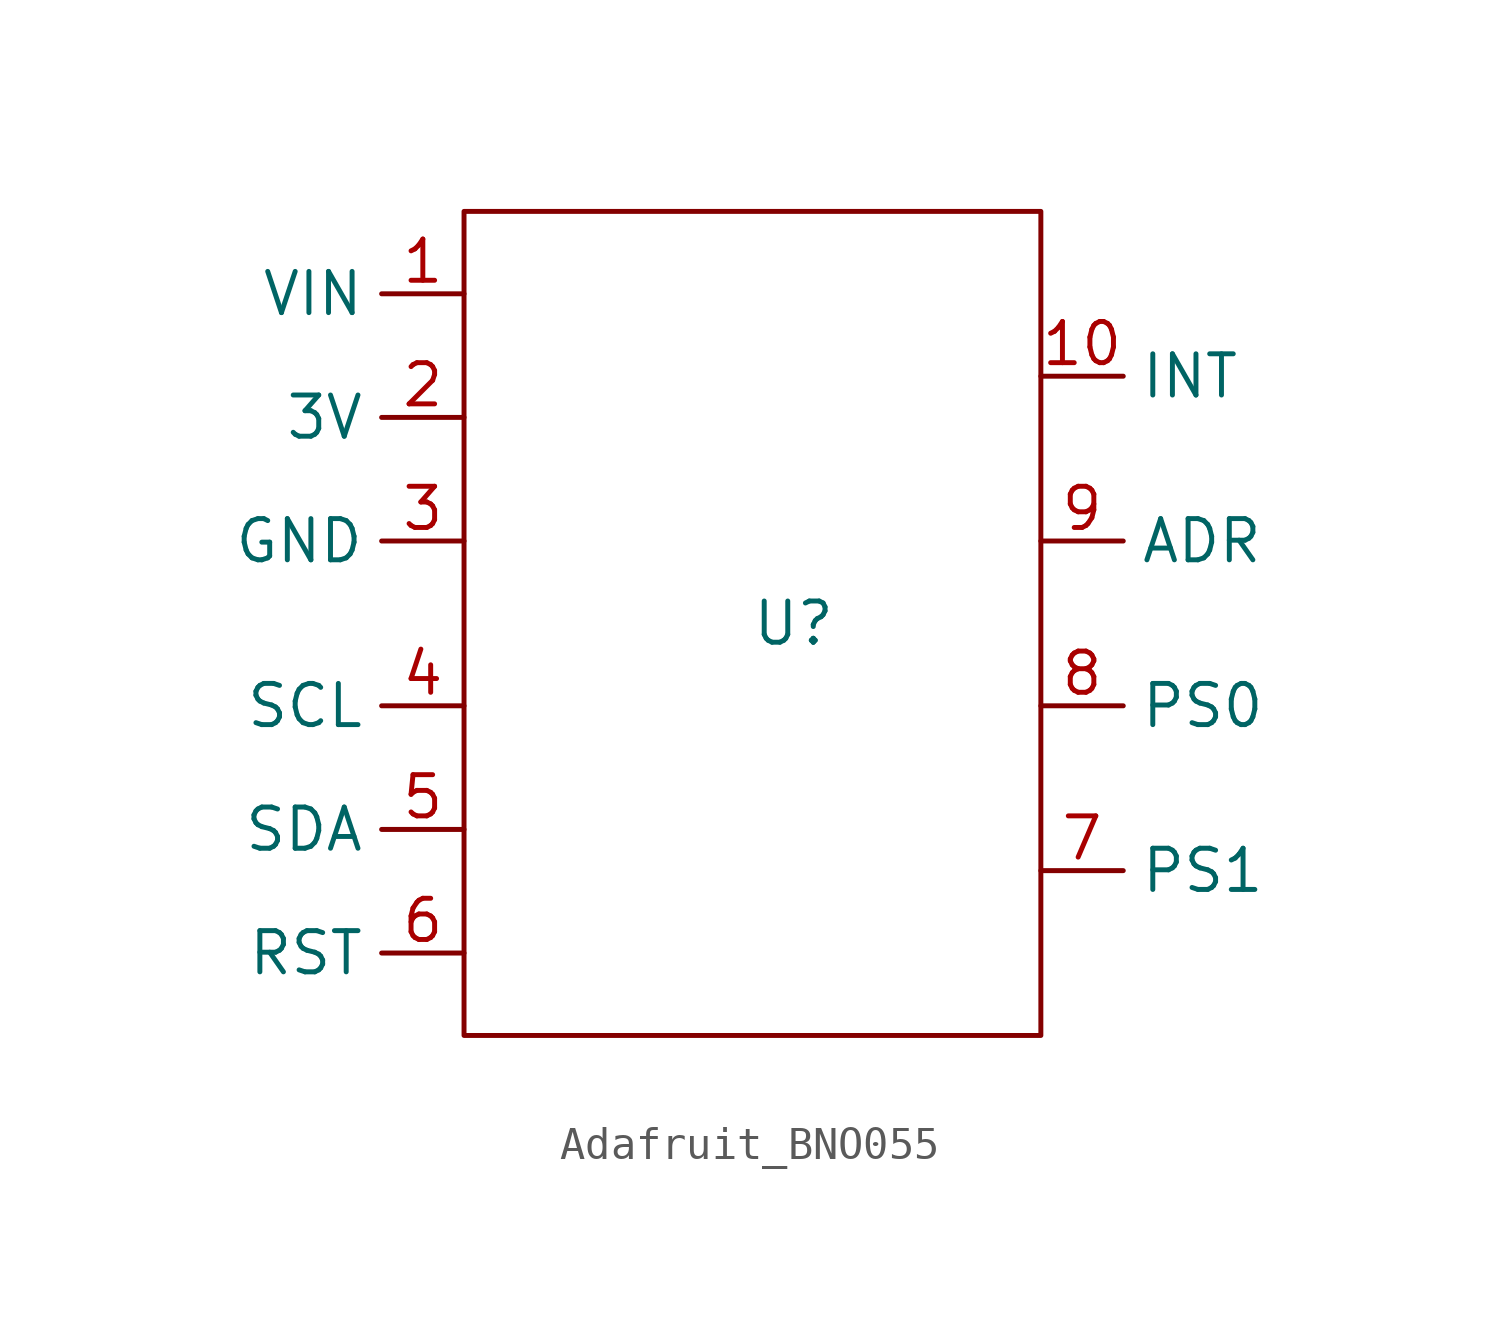
<source format=kicad_sym>
(kicad_symbol_lib
  (version 20231120)
  (generator "kicad_symbol_editor")
  (generator_version "8.0")
  (symbol "Adafruit_BNO055"
    (property "Reference" "U"
      (at 1.27 0 0)
      (effects (font (size 1.27 1.27))))
    (property "Value" ""
      (at 1.27 0 0)
      (effects (font (size 1.27 1.27))))
    (symbol "Adafruit_BNO055_0_1"
      (rectangle (start -8.89 12.7) (end 8.89 -12.7) (stroke (width 0) (type default)) (fill (type none))))
    (symbol "Adafruit_BNO055_1_1"
      (pin power_in line (at -8.89 10.16 180) (length 2.54) (name "VIN" (effects (font (size 1.27 1.27)))) (number "1" (effects (font (size 1.27 1.27)))))
      (pin output line (at 8.89 7.62 0) (length 2.54) (name "INT" (effects (font (size 1.27 1.27)))) (number "10" (effects (font (size 1.27 1.27)))))
      (pin power_out line (at -8.89 6.35 180) (length 2.54) (name "3V" (effects (font (size 1.27 1.27)))) (number "2" (effects (font (size 1.27 1.27)))))
      (pin power_in line (at -8.89 2.54 180) (length 2.54) (name "GND" (effects (font (size 1.27 1.27)))) (number "3" (effects (font (size 1.27 1.27)))))
      (pin output line (at -8.89 -2.54 180) (length 2.54) (name "SCL" (effects (font (size 1.27 1.27)))) (number "4" (effects (font (size 1.27 1.27)))))
      (pin output line (at -8.89 -6.35 180) (length 2.54) (name "SDA" (effects (font (size 1.27 1.27)))) (number "5" (effects (font (size 1.27 1.27)))))
      (pin input line (at -8.89 -10.16 180) (length 2.54) (name "RST" (effects (font (size 1.27 1.27)))) (number "6" (effects (font (size 1.27 1.27)))))
      (pin output line (at 8.89 -7.62 0) (length 2.54) (name "PS1" (effects (font (size 1.27 1.27)))) (number "7" (effects (font (size 1.27 1.27)))))
      (pin output line (at 8.89 -2.54 0) (length 2.54) (name "PS0" (effects (font (size 1.27 1.27)))) (number "8" (effects (font (size 1.27 1.27)))))
      (pin output line (at 8.89 2.54 0) (length 2.54) (name "ADR" (effects (font (size 1.27 1.27)))) (number "9" (effects (font (size 1.27 1.27))))))))
</source>
